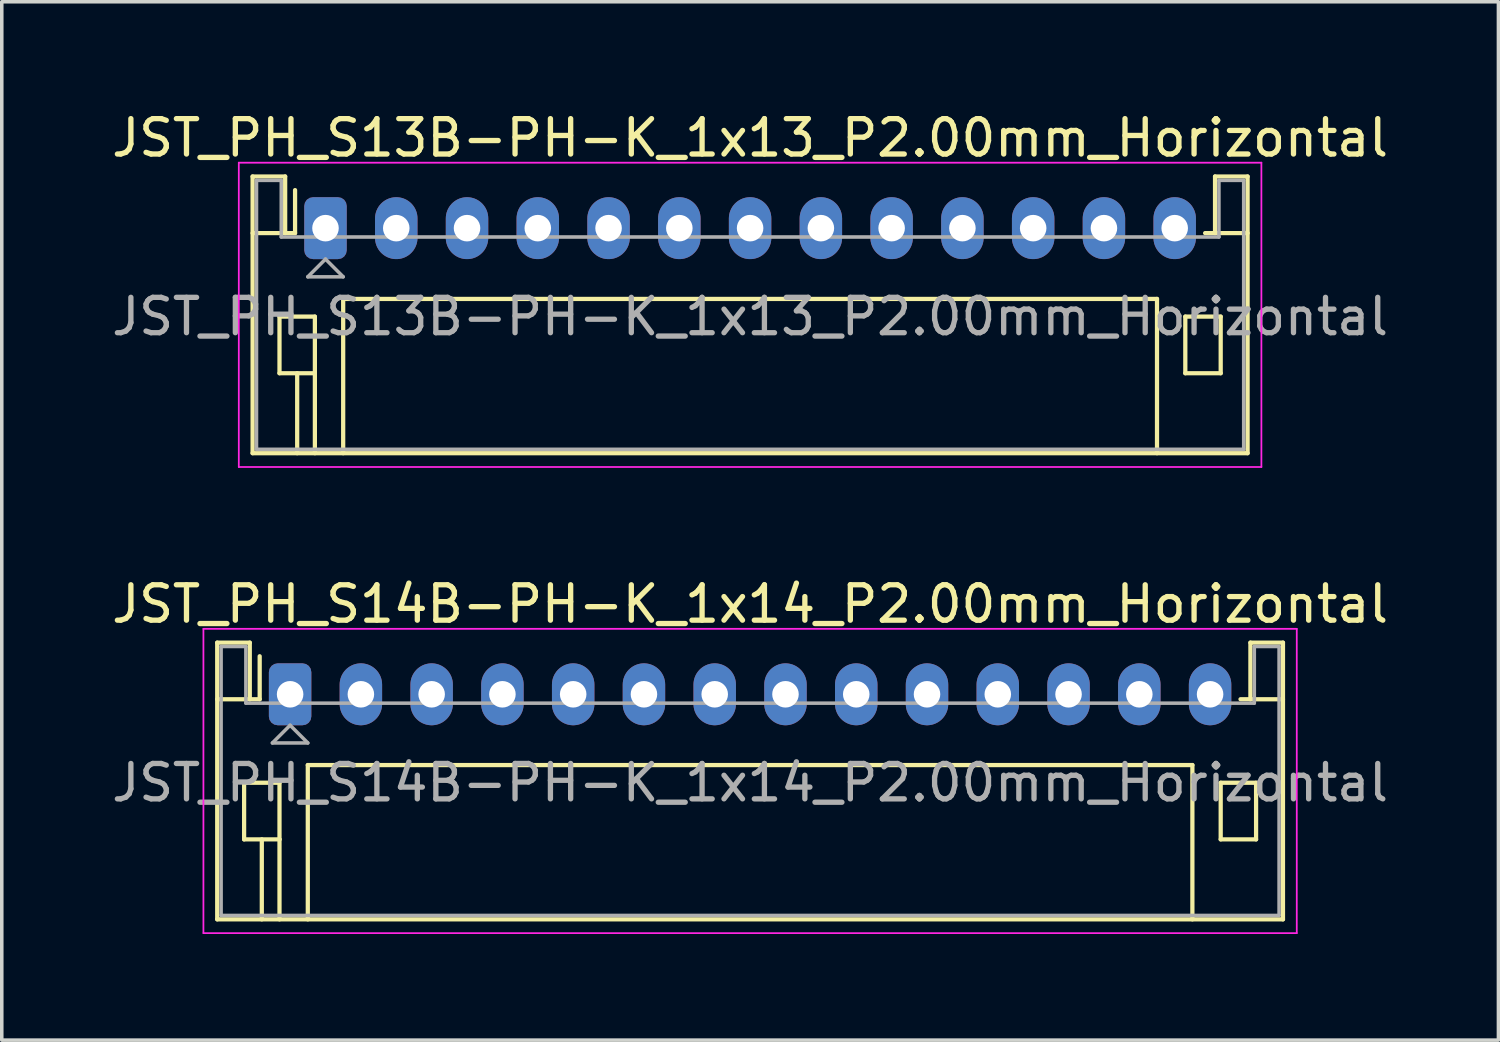
<source format=kicad_pcb>
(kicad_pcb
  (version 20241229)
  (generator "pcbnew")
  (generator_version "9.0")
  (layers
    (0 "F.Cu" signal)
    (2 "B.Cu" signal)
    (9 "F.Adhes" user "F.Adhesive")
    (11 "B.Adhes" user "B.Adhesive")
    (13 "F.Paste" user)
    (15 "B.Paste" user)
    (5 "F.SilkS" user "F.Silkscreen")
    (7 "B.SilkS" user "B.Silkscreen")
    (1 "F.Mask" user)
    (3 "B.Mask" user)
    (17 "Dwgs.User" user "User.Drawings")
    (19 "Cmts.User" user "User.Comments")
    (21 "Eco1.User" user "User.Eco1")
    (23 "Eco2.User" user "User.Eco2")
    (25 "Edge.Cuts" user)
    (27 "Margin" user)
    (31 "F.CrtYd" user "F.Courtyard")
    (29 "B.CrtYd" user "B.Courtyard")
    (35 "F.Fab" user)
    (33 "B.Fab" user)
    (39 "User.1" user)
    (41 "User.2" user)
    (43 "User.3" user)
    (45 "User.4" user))
  (footprint "JST_PH_S13B-PH-K_1x13_P2.00mm_Horizontal"
    (layer "F.Cu")
    (at 6.149 3.398)
    (property "Reference" "JST_PH_S13B-PH-K_1x13_P2.00mm_Horizontal" (at 12 -2.55 0) (layer "F.SilkS") (effects (font (size 1 1) (thickness 0.15))))
    (attr through_hole)
    (fp_line (start -2.06 -1.46) (end -2.06 6.36) (stroke (width 0.12) (type solid)) (layer "F.SilkS"))
    (fp_line (start -2.06 0.14) (end -1.14 0.14) (stroke (width 0.12) (type solid)) (layer "F.SilkS"))
    (fp_line (start -2.06 6.36) (end 26.06 6.36) (stroke (width 0.12) (type solid)) (layer "F.SilkS"))
    (fp_line (start -1.3 2.5) (end -1.3 4.1) (stroke (width 0.12) (type solid)) (layer "F.SilkS"))
    (fp_line (start -1.3 4.1) (end -0.3 4.1) (stroke (width 0.12) (type solid)) (layer "F.SilkS"))
    (fp_line (start -1.14 -1.46) (end -2.06 -1.46) (stroke (width 0.12) (type solid)) (layer "F.SilkS"))
    (fp_line (start -1.14 0.14) (end -1.14 -1.46) (stroke (width 0.12) (type solid)) (layer "F.SilkS"))
    (fp_line (start -0.86 0.14) (end -1.14 0.14) (stroke (width 0.12) (type solid)) (layer "F.SilkS"))
    (fp_line (start -0.86 0.14) (end -0.86 -1.075) (stroke (width 0.12) (type solid)) (layer "F.SilkS"))
    (fp_line (start -0.8 4.1) (end -0.8 6.36) (stroke (width 0.12) (type solid)) (layer "F.SilkS"))
    (fp_line (start -0.3 2.5) (end -1.3 2.5) (stroke (width 0.12) (type solid)) (layer "F.SilkS"))
    (fp_line (start -0.3 4.1) (end -0.3 2.5) (stroke (width 0.12) (type solid)) (layer "F.SilkS"))
    (fp_line (start -0.3 4.1) (end -0.3 6.36) (stroke (width 0.12) (type solid)) (layer "F.SilkS"))
    (fp_line (start 0.5 2) (end 23.5 2) (stroke (width 0.12) (type solid)) (layer "F.SilkS"))
    (fp_line (start 0.5 6.36) (end 0.5 2) (stroke (width 0.12) (type solid)) (layer "F.SilkS"))
    (fp_line (start 23.5 2) (end 23.5 6.36) (stroke (width 0.12) (type solid)) (layer "F.SilkS"))
    (fp_line (start 24.3 2.5) (end 25.3 2.5) (stroke (width 0.12) (type solid)) (layer "F.SilkS"))
    (fp_line (start 24.3 4.1) (end 24.3 2.5) (stroke (width 0.12) (type solid)) (layer "F.SilkS"))
    (fp_line (start 25.14 -1.46) (end 25.14 0.14) (stroke (width 0.12) (type solid)) (layer "F.SilkS"))
    (fp_line (start 25.14 0.14) (end 24.86 0.14) (stroke (width 0.12) (type solid)) (layer "F.SilkS"))
    (fp_line (start 25.3 2.5) (end 25.3 4.1) (stroke (width 0.12) (type solid)) (layer "F.SilkS"))
    (fp_line (start 25.3 4.1) (end 24.3 4.1) (stroke (width 0.12) (type solid)) (layer "F.SilkS"))
    (fp_line (start 26.06 -1.46) (end 25.14 -1.46) (stroke (width 0.12) (type solid)) (layer "F.SilkS"))
    (fp_line (start 26.06 0.14) (end 25.14 0.14) (stroke (width 0.12) (type solid)) (layer "F.SilkS"))
    (fp_line (start 26.06 6.36) (end 26.06 -1.46) (stroke (width 0.12) (type solid)) (layer "F.SilkS"))
    (fp_line (start -2.45 -1.85) (end -2.45 6.75) (stroke (width 0.05) (type solid)) (layer "F.CrtYd"))
    (fp_line (start -2.45 6.75) (end 26.45 6.75) (stroke (width 0.05) (type solid)) (layer "F.CrtYd"))
    (fp_line (start 26.45 -1.85) (end -2.45 -1.85) (stroke (width 0.05) (type solid)) (layer "F.CrtYd"))
    (fp_line (start 26.45 6.75) (end 26.45 -1.85) (stroke (width 0.05) (type solid)) (layer "F.CrtYd"))
    (fp_line (start -1.95 -1.35) (end -1.95 6.25) (stroke (width 0.1) (type solid)) (layer "F.Fab"))
    (fp_line (start -1.95 6.25) (end 25.95 6.25) (stroke (width 0.1) (type solid)) (layer "F.Fab"))
    (fp_line (start -1.25 -1.35) (end -1.95 -1.35) (stroke (width 0.1) (type solid)) (layer "F.Fab"))
    (fp_line (start -1.25 0.25) (end -1.25 -1.35) (stroke (width 0.1) (type solid)) (layer "F.Fab"))
    (fp_line (start -0.5 1.375) (end 0.5 1.375) (stroke (width 0.1) (type solid)) (layer "F.Fab"))
    (fp_line (start 0 0.875) (end -0.5 1.375) (stroke (width 0.1) (type solid)) (layer "F.Fab"))
    (fp_line (start 0.5 1.375) (end 0 0.875) (stroke (width 0.1) (type solid)) (layer "F.Fab"))
    (fp_line (start 25.25 -1.35) (end 25.25 0.25) (stroke (width 0.1) (type solid)) (layer "F.Fab"))
    (fp_line (start 25.25 0.25) (end -1.25 0.25) (stroke (width 0.1) (type solid)) (layer "F.Fab"))
    (fp_line (start 25.95 -1.35) (end 25.25 -1.35) (stroke (width 0.1) (type solid)) (layer "F.Fab"))
    (fp_line (start 25.95 6.25) (end 25.95 -1.35) (stroke (width 0.1) (type solid)) (layer "F.Fab"))
    (fp_text user "${REFERENCE}" (at 12 2.5 0) (layer "F.Fab") (effects (font (size 1 1) (thickness 0.15))))
    (pad "1" thru_hole roundrect (at 0 0) (size 1.2 1.75) (drill 0.75) (layers "*.Cu" "*.Mask") (roundrect_rratio 0.208))
    (pad "2" thru_hole oval (at 2 0) (size 1.2 1.75) (drill 0.75) (layers "*.Cu" "*.Mask"))
    (pad "3" thru_hole oval (at 4 0) (size 1.2 1.75) (drill 0.75) (layers "*.Cu" "*.Mask"))
    (pad "4" thru_hole oval (at 6 0) (size 1.2 1.75) (drill 0.75) (layers "*.Cu" "*.Mask"))
    (pad "5" thru_hole oval (at 8 0) (size 1.2 1.75) (drill 0.75) (layers "*.Cu" "*.Mask"))
    (pad "6" thru_hole oval (at 10 0) (size 1.2 1.75) (drill 0.75) (layers "*.Cu" "*.Mask"))
    (pad "7" thru_hole oval (at 12 0) (size 1.2 1.75) (drill 0.75) (layers "*.Cu" "*.Mask"))
    (pad "8" thru_hole oval (at 14 0) (size 1.2 1.75) (drill 0.75) (layers "*.Cu" "*.Mask"))
    (pad "9" thru_hole oval (at 16 0) (size 1.2 1.75) (drill 0.75) (layers "*.Cu" "*.Mask"))
    (pad "10" thru_hole oval (at 18 0) (size 1.2 1.75) (drill 0.75) (layers "*.Cu" "*.Mask"))
    (pad "11" thru_hole oval (at 20 0) (size 1.2 1.75) (drill 0.75) (layers "*.Cu" "*.Mask"))
    (pad "12" thru_hole oval (at 22 0) (size 1.2 1.75) (drill 0.75) (layers "*.Cu" "*.Mask"))
    (pad "13" thru_hole oval (at 24 0) (size 1.2 1.75) (drill 0.75) (layers "*.Cu" "*.Mask")))
  (footprint "JST_PH_S14B-PH-K_1x14_P2.00mm_Horizontal"
    (layer "F.Cu")
    (at 5.149 16.572)
    (property "Reference" "JST_PH_S14B-PH-K_1x14_P2.00mm_Horizontal" (at 13 -2.55 0) (layer "F.SilkS") (effects (font (size 1 1) (thickness 0.15))))
    (attr through_hole)
    (fp_line (start -2.06 -1.46) (end -2.06 6.36) (stroke (width 0.12) (type solid)) (layer "F.SilkS"))
    (fp_line (start -2.06 0.14) (end -1.14 0.14) (stroke (width 0.12) (type solid)) (layer "F.SilkS"))
    (fp_line (start -2.06 6.36) (end 28.06 6.36) (stroke (width 0.12) (type solid)) (layer "F.SilkS"))
    (fp_line (start -1.3 2.5) (end -1.3 4.1) (stroke (width 0.12) (type solid)) (layer "F.SilkS"))
    (fp_line (start -1.3 4.1) (end -0.3 4.1) (stroke (width 0.12) (type solid)) (layer "F.SilkS"))
    (fp_line (start -1.14 -1.46) (end -2.06 -1.46) (stroke (width 0.12) (type solid)) (layer "F.SilkS"))
    (fp_line (start -1.14 0.14) (end -1.14 -1.46) (stroke (width 0.12) (type solid)) (layer "F.SilkS"))
    (fp_line (start -0.86 0.14) (end -1.14 0.14) (stroke (width 0.12) (type solid)) (layer "F.SilkS"))
    (fp_line (start -0.86 0.14) (end -0.86 -1.075) (stroke (width 0.12) (type solid)) (layer "F.SilkS"))
    (fp_line (start -0.8 4.1) (end -0.8 6.36) (stroke (width 0.12) (type solid)) (layer "F.SilkS"))
    (fp_line (start -0.3 2.5) (end -1.3 2.5) (stroke (width 0.12) (type solid)) (layer "F.SilkS"))
    (fp_line (start -0.3 4.1) (end -0.3 2.5) (stroke (width 0.12) (type solid)) (layer "F.SilkS"))
    (fp_line (start -0.3 4.1) (end -0.3 6.36) (stroke (width 0.12) (type solid)) (layer "F.SilkS"))
    (fp_line (start 0.5 2) (end 25.5 2) (stroke (width 0.12) (type solid)) (layer "F.SilkS"))
    (fp_line (start 0.5 6.36) (end 0.5 2) (stroke (width 0.12) (type solid)) (layer "F.SilkS"))
    (fp_line (start 25.5 2) (end 25.5 6.36) (stroke (width 0.12) (type solid)) (layer "F.SilkS"))
    (fp_line (start 26.3 2.5) (end 27.3 2.5) (stroke (width 0.12) (type solid)) (layer "F.SilkS"))
    (fp_line (start 26.3 4.1) (end 26.3 2.5) (stroke (width 0.12) (type solid)) (layer "F.SilkS"))
    (fp_line (start 27.14 -1.46) (end 27.14 0.14) (stroke (width 0.12) (type solid)) (layer "F.SilkS"))
    (fp_line (start 27.14 0.14) (end 26.86 0.14) (stroke (width 0.12) (type solid)) (layer "F.SilkS"))
    (fp_line (start 27.3 2.5) (end 27.3 4.1) (stroke (width 0.12) (type solid)) (layer "F.SilkS"))
    (fp_line (start 27.3 4.1) (end 26.3 4.1) (stroke (width 0.12) (type solid)) (layer "F.SilkS"))
    (fp_line (start 28.06 -1.46) (end 27.14 -1.46) (stroke (width 0.12) (type solid)) (layer "F.SilkS"))
    (fp_line (start 28.06 0.14) (end 27.14 0.14) (stroke (width 0.12) (type solid)) (layer "F.SilkS"))
    (fp_line (start 28.06 6.36) (end 28.06 -1.46) (stroke (width 0.12) (type solid)) (layer "F.SilkS"))
    (fp_line (start -2.45 -1.85) (end -2.45 6.75) (stroke (width 0.05) (type solid)) (layer "F.CrtYd"))
    (fp_line (start -2.45 6.75) (end 28.45 6.75) (stroke (width 0.05) (type solid)) (layer "F.CrtYd"))
    (fp_line (start 28.45 -1.85) (end -2.45 -1.85) (stroke (width 0.05) (type solid)) (layer "F.CrtYd"))
    (fp_line (start 28.45 6.75) (end 28.45 -1.85) (stroke (width 0.05) (type solid)) (layer "F.CrtYd"))
    (fp_line (start -1.95 -1.35) (end -1.95 6.25) (stroke (width 0.1) (type solid)) (layer "F.Fab"))
    (fp_line (start -1.95 6.25) (end 27.95 6.25) (stroke (width 0.1) (type solid)) (layer "F.Fab"))
    (fp_line (start -1.25 -1.35) (end -1.95 -1.35) (stroke (width 0.1) (type solid)) (layer "F.Fab"))
    (fp_line (start -1.25 0.25) (end -1.25 -1.35) (stroke (width 0.1) (type solid)) (layer "F.Fab"))
    (fp_line (start -0.5 1.375) (end 0.5 1.375) (stroke (width 0.1) (type solid)) (layer "F.Fab"))
    (fp_line (start 0 0.875) (end -0.5 1.375) (stroke (width 0.1) (type solid)) (layer "F.Fab"))
    (fp_line (start 0.5 1.375) (end 0 0.875) (stroke (width 0.1) (type solid)) (layer "F.Fab"))
    (fp_line (start 27.25 -1.35) (end 27.25 0.25) (stroke (width 0.1) (type solid)) (layer "F.Fab"))
    (fp_line (start 27.25 0.25) (end -1.25 0.25) (stroke (width 0.1) (type solid)) (layer "F.Fab"))
    (fp_line (start 27.95 -1.35) (end 27.25 -1.35) (stroke (width 0.1) (type solid)) (layer "F.Fab"))
    (fp_line (start 27.95 6.25) (end 27.95 -1.35) (stroke (width 0.1) (type solid)) (layer "F.Fab"))
    (fp_text user "${REFERENCE}" (at 13 2.5 0) (layer "F.Fab") (effects (font (size 1 1) (thickness 0.15))))
    (pad "1" thru_hole roundrect (at 0 0) (size 1.2 1.75) (drill 0.75) (layers "*.Cu" "*.Mask") (roundrect_rratio 0.208))
    (pad "2" thru_hole oval (at 2 0) (size 1.2 1.75) (drill 0.75) (layers "*.Cu" "*.Mask"))
    (pad "3" thru_hole oval (at 4 0) (size 1.2 1.75) (drill 0.75) (layers "*.Cu" "*.Mask"))
    (pad "4" thru_hole oval (at 6 0) (size 1.2 1.75) (drill 0.75) (layers "*.Cu" "*.Mask"))
    (pad "5" thru_hole oval (at 8 0) (size 1.2 1.75) (drill 0.75) (layers "*.Cu" "*.Mask"))
    (pad "6" thru_hole oval (at 10 0) (size 1.2 1.75) (drill 0.75) (layers "*.Cu" "*.Mask"))
    (pad "7" thru_hole oval (at 12 0) (size 1.2 1.75) (drill 0.75) (layers "*.Cu" "*.Mask"))
    (pad "8" thru_hole oval (at 14 0) (size 1.2 1.75) (drill 0.75) (layers "*.Cu" "*.Mask"))
    (pad "9" thru_hole oval (at 16 0) (size 1.2 1.75) (drill 0.75) (layers "*.Cu" "*.Mask"))
    (pad "10" thru_hole oval (at 18 0) (size 1.2 1.75) (drill 0.75) (layers "*.Cu" "*.Mask"))
    (pad "11" thru_hole oval (at 20 0) (size 1.2 1.75) (drill 0.75) (layers "*.Cu" "*.Mask"))
    (pad "12" thru_hole oval (at 22 0) (size 1.2 1.75) (drill 0.75) (layers "*.Cu" "*.Mask"))
    (pad "13" thru_hole oval (at 24 0) (size 1.2 1.75) (drill 0.75) (layers "*.Cu" "*.Mask"))
    (pad "14" thru_hole oval (at 26 0) (size 1.2 1.75) (drill 0.75) (layers "*.Cu" "*.Mask")))
  (gr_rect
    (start -3 -3)
    (end 39.298 26.346)
    (stroke (width 0.1) (type default))
    (fill no)
    (layer "Edge.Cuts")))
</source>
